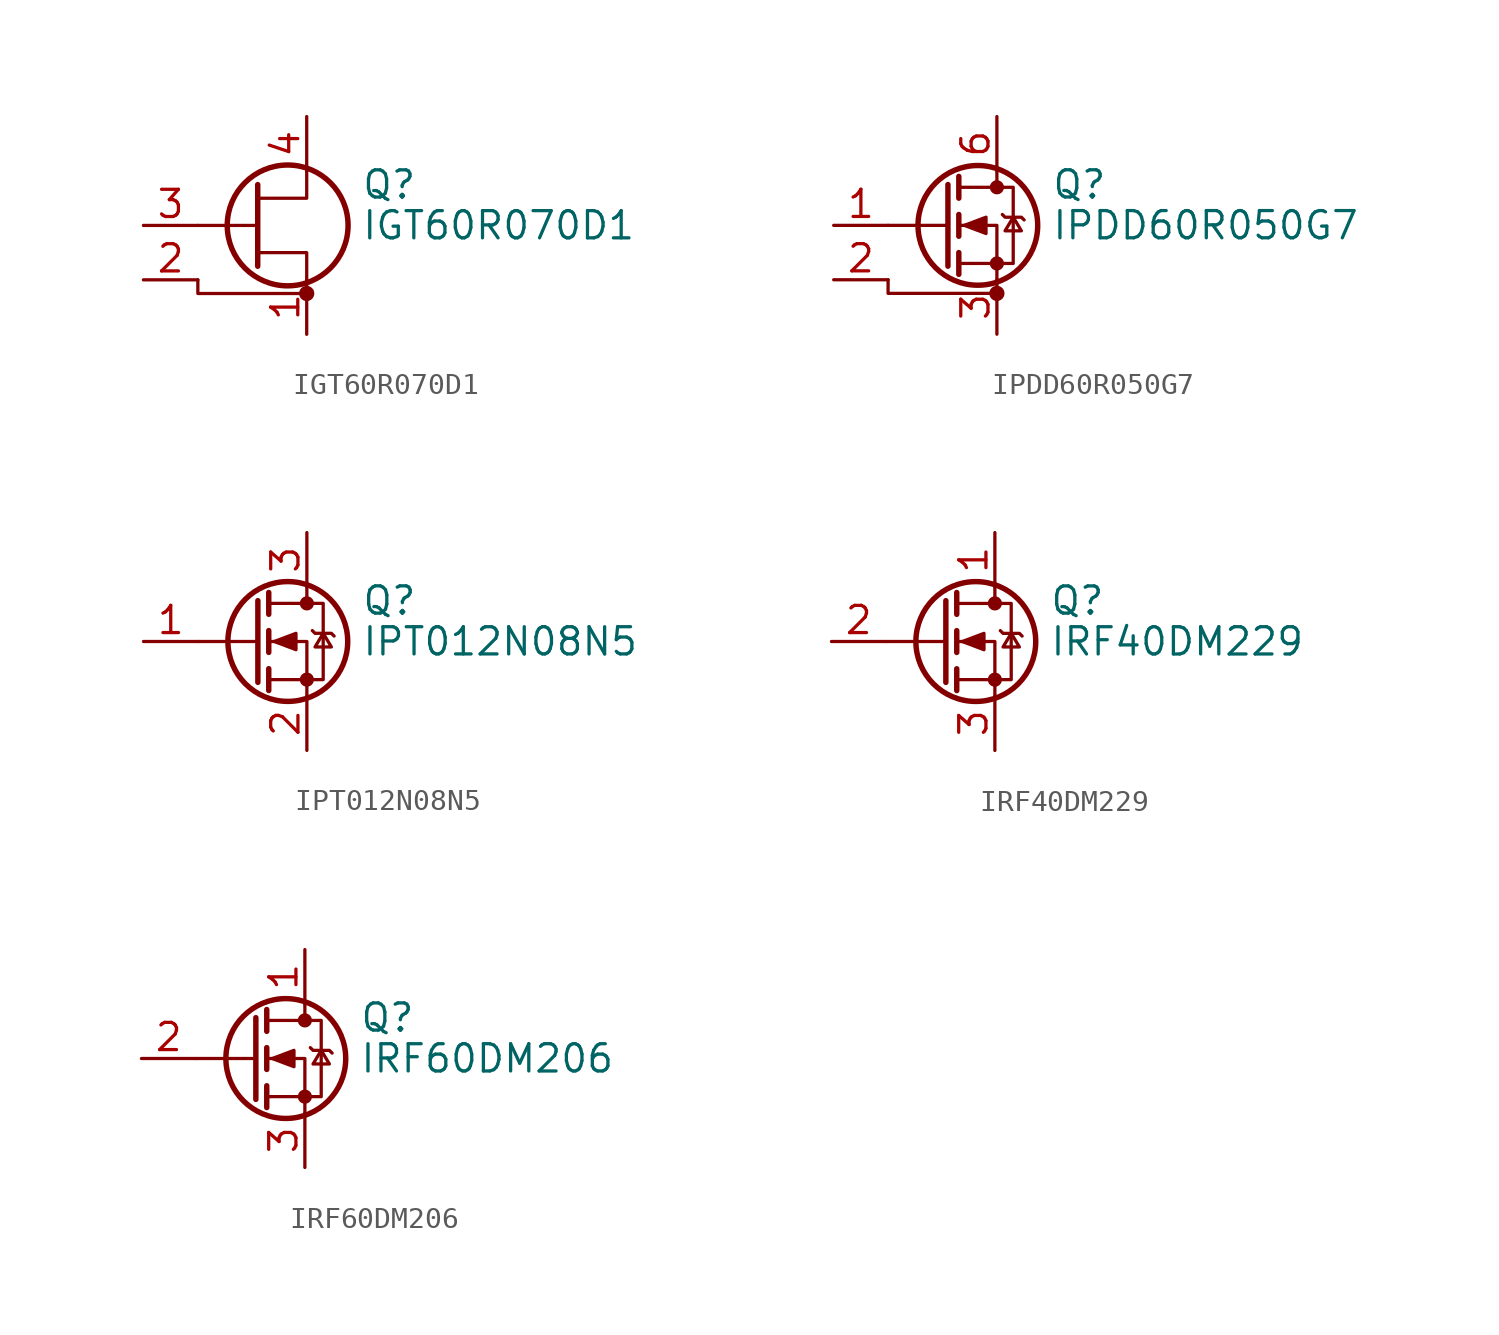
<source format=kicad_sym>
(kicad_symbol_lib
  (version 20211014)
  (generator kicad_symbol_editor)
  (symbol "IGT60R070D1"
    (pin_names
      (offset 0) hide)
    (property "Reference" "Q"
      (at 5.08 1.905 0)
      (effects (font (size 1.27 1.27)) (justify left)))
    (property "Value" "IGT60R070D1"
      (at 5.08 0 0)
      (effects (font (size 1.27 1.27)) (justify left)))
    (symbol "IGT60R070D1_0_1"
      (polyline (pts (xy -2.54 0) (xy 0.254 0)) (stroke (width 0) (type default) (color 0 0 0 0)) (fill (type none)))
      (polyline (pts (xy -2.54 -2.54) (xy -2.54 -3.175) (xy 2.54 -3.175)) (stroke (width 0) (type default) (color 0 0 0 0)) (fill (type none)))
      (polyline (pts (xy 0.254 -1.27) (xy 2.54 -1.27) (xy 2.54 -2.54)) (stroke (width 0) (type default) (color 0 0 0 0)) (fill (type none)))
      (polyline (pts (xy 0.254 1.905) (xy 0.254 -1.905) (xy 0.254 -1.905)) (stroke (width 0.254) (type default) (color 0 0 0 0)) (fill (type none)))
      (polyline (pts (xy 2.54 2.54) (xy 2.54 1.27) (xy 0.254 1.27)) (stroke (width 0) (type default) (color 0 0 0 0)) (fill (type none)))
      (circle (center 1.651 0) (radius 2.819) (stroke (width 0.254) (type default) (color 0 0 0 0)) (fill (type none)))
      (circle (center 2.54 -3.175) (radius 0.279) (stroke (width 0) (type default) (color 0 0 0 0)) (fill (type outline))))
    (symbol "IGT60R070D1_1_1"
      (pin passive line (at 2.54 -5.08 90) (length 2.54) (name "S" (effects (font (size 1.27 1.27)))) (number "1" (effects (font (size 1.27 1.27)))))
      (pin passive line (at -5.08 -2.54 0) (length 2.54) (name "SS" (effects (font (size 1.27 1.27)))) (number "2" (effects (font (size 1.27 1.27)))))
      (pin input line (at -5.08 0 0) (length 2.54) (name "G" (effects (font (size 1.27 1.27)))) (number "3" (effects (font (size 1.27 1.27)))))
      (pin passive line (at 2.54 5.08 270) (length 2.54) (name "D" (effects (font (size 1.27 1.27)))) (number "4" (effects (font (size 1.27 1.27)))))))
  (symbol "IPDD60R050G7"
    (pin_names hide)
    (property "Reference" "Q"
      (at 5.08 1.905 0)
      (effects (font (size 1.27 1.27)) (justify left)))
    (property "Value" "IPDD60R050G7"
      (at 5.08 0 0)
      (effects (font (size 1.27 1.27)) (justify left)))
    (symbol "IPDD60R050G7_0_1"
      (polyline (pts (xy 0.254 0) (xy -2.54 0)) (stroke (width 0) (type default) (color 0 0 0 0)) (fill (type none)))
      (polyline (pts (xy 0.254 1.905) (xy 0.254 -1.905)) (stroke (width 0.254) (type default) (color 0 0 0 0)) (fill (type none)))
      (polyline (pts (xy 0.762 -1.27) (xy 0.762 -2.286)) (stroke (width 0.254) (type default) (color 0 0 0 0)) (fill (type none)))
      (polyline (pts (xy 0.762 0.508) (xy 0.762 -0.508)) (stroke (width 0.254) (type default) (color 0 0 0 0)) (fill (type none)))
      (polyline (pts (xy 0.762 2.286) (xy 0.762 1.27)) (stroke (width 0.254) (type default) (color 0 0 0 0)) (fill (type none)))
      (polyline (pts (xy 2.54 2.54) (xy 2.54 1.778)) (stroke (width 0) (type default) (color 0 0 0 0)) (fill (type none)))
      (polyline (pts (xy -2.54 -2.54) (xy -2.54 -3.175) (xy 2.54 -3.175)) (stroke (width 0) (type default) (color 0 0 0 0)) (fill (type none)))
      (polyline (pts (xy 2.54 -2.54) (xy 2.54 0) (xy 0.762 0)) (stroke (width 0) (type default) (color 0 0 0 0)) (fill (type none)))
      (polyline (pts (xy 0.762 -1.778) (xy 3.302 -1.778) (xy 3.302 1.778) (xy 0.762 1.778)) (stroke (width 0) (type default) (color 0 0 0 0)) (fill (type none)))
      (polyline (pts (xy 1.016 0) (xy 2.032 0.381) (xy 2.032 -0.381) (xy 1.016 0)) (stroke (width 0) (type default) (color 0 0 0 0)) (fill (type outline)))
      (polyline (pts (xy 2.794 0.508) (xy 2.921 0.381) (xy 3.683 0.381) (xy 3.81 0.254)) (stroke (width 0) (type default) (color 0 0 0 0)) (fill (type none)))
      (polyline (pts (xy 3.302 0.381) (xy 2.921 -0.254) (xy 3.683 -0.254) (xy 3.302 0.381)) (stroke (width 0) (type default) (color 0 0 0 0)) (fill (type none)))
      (circle (center 1.651 0) (radius 2.794) (stroke (width 0.254) (type default) (color 0 0 0 0)) (fill (type none)))
      (circle (center 2.54 -3.175) (radius 0.279) (stroke (width 0) (type default) (color 0 0 0 0)) (fill (type outline)))
      (circle (center 2.54 -1.778) (radius 0.254) (stroke (width 0) (type default) (color 0 0 0 0)) (fill (type outline)))
      (circle (center 2.54 1.778) (radius 0.254) (stroke (width 0) (type default) (color 0 0 0 0)) (fill (type outline))))
    (symbol "IPDD60R050G7_1_1"
      (pin input line (at -5.08 0 0) (length 2.54) (name "G" (effects (font (size 1.27 1.27)))) (number "1" (effects (font (size 1.27 1.27)))))
      (pin passive line (at 2.54 5.08 270) (length 2.54) hide (name "D" (effects (font (size 1.27 1.27)))) (number "10" (effects (font (size 1.27 1.27)))))
      (pin passive line (at -5.08 -2.54 0) (length 2.54) (name "DS" (effects (font (size 1.27 1.27)))) (number "2" (effects (font (size 1.27 1.27)))))
      (pin passive line (at 2.54 -5.08 90) (length 2.54) (name "PS" (effects (font (size 1.27 1.27)))) (number "3" (effects (font (size 1.27 1.27)))))
      (pin passive line (at 2.54 -5.08 90) (length 2.54) hide (name "PS" (effects (font (size 1.27 1.27)))) (number "4" (effects (font (size 1.27 1.27)))))
      (pin passive line (at 2.54 -5.08 90) (length 2.54) hide (name "PS" (effects (font (size 1.27 1.27)))) (number "5" (effects (font (size 1.27 1.27)))))
      (pin passive line (at 2.54 5.08 270) (length 2.54) (name "D" (effects (font (size 1.27 1.27)))) (number "6" (effects (font (size 1.27 1.27)))))
      (pin passive line (at 2.54 5.08 270) (length 2.54) hide (name "D" (effects (font (size 1.27 1.27)))) (number "7" (effects (font (size 1.27 1.27)))))
      (pin passive line (at 2.54 5.08 270) (length 2.54) hide (name "D" (effects (font (size 1.27 1.27)))) (number "8" (effects (font (size 1.27 1.27)))))
      (pin passive line (at 2.54 5.08 270) (length 2.54) hide (name "D" (effects (font (size 1.27 1.27)))) (number "9" (effects (font (size 1.27 1.27)))))))
  (symbol "IPT012N08N5"
    (pin_names hide)
    (property "Reference" "Q"
      (at 5.08 1.905 0)
      (effects (font (size 1.27 1.27)) (justify left)))
    (property "Value" "IPT012N08N5"
      (at 5.08 0 0)
      (effects (font (size 1.27 1.27)) (justify left)))
    (symbol "IPT012N08N5_0_1"
      (polyline (pts (xy 0.254 0) (xy -2.54 0)) (stroke (width 0) (type default) (color 0 0 0 0)) (fill (type none)))
      (polyline (pts (xy 0.254 1.905) (xy 0.254 -1.905)) (stroke (width 0.254) (type default) (color 0 0 0 0)) (fill (type none)))
      (polyline (pts (xy 0.762 -1.27) (xy 0.762 -2.286)) (stroke (width 0.254) (type default) (color 0 0 0 0)) (fill (type none)))
      (polyline (pts (xy 0.762 0.508) (xy 0.762 -0.508)) (stroke (width 0.254) (type default) (color 0 0 0 0)) (fill (type none)))
      (polyline (pts (xy 0.762 2.286) (xy 0.762 1.27)) (stroke (width 0.254) (type default) (color 0 0 0 0)) (fill (type none)))
      (polyline (pts (xy 2.54 2.54) (xy 2.54 1.778)) (stroke (width 0) (type default) (color 0 0 0 0)) (fill (type none)))
      (polyline (pts (xy 2.54 -2.54) (xy 2.54 0) (xy 0.762 0)) (stroke (width 0) (type default) (color 0 0 0 0)) (fill (type none)))
      (polyline (pts (xy 0.762 -1.778) (xy 3.302 -1.778) (xy 3.302 1.778) (xy 0.762 1.778)) (stroke (width 0) (type default) (color 0 0 0 0)) (fill (type none)))
      (polyline (pts (xy 1.016 0) (xy 2.032 0.381) (xy 2.032 -0.381) (xy 1.016 0)) (stroke (width 0) (type default) (color 0 0 0 0)) (fill (type outline)))
      (polyline (pts (xy 2.794 0.508) (xy 2.921 0.381) (xy 3.683 0.381) (xy 3.81 0.254)) (stroke (width 0) (type default) (color 0 0 0 0)) (fill (type none)))
      (polyline (pts (xy 3.302 0.381) (xy 2.921 -0.254) (xy 3.683 -0.254) (xy 3.302 0.381)) (stroke (width 0) (type default) (color 0 0 0 0)) (fill (type none)))
      (circle (center 1.651 0) (radius 2.794) (stroke (width 0.254) (type default) (color 0 0 0 0)) (fill (type none)))
      (circle (center 2.54 -1.778) (radius 0.254) (stroke (width 0) (type default) (color 0 0 0 0)) (fill (type outline)))
      (circle (center 2.54 1.778) (radius 0.254) (stroke (width 0) (type default) (color 0 0 0 0)) (fill (type outline))))
    (symbol "IPT012N08N5_1_1"
      (pin input line (at -5.08 0 0) (length 2.54) (name "G" (effects (font (size 1.27 1.27)))) (number "1" (effects (font (size 1.27 1.27)))))
      (pin passive line (at 2.54 -5.08 90) (length 2.54) (name "S" (effects (font (size 1.27 1.27)))) (number "2" (effects (font (size 1.27 1.27)))))
      (pin passive line (at 2.54 5.08 270) (length 2.54) (name "D" (effects (font (size 1.27 1.27)))) (number "3" (effects (font (size 1.27 1.27)))))))
  (symbol "IRF40DM229"
    (pin_names hide)
    (property "Reference" "Q"
      (at 5.08 1.905 0)
      (effects (font (size 1.27 1.27)) (justify left)))
    (property "Value" "IRF40DM229"
      (at 5.08 0 0)
      (effects (font (size 1.27 1.27)) (justify left)))
    (symbol "IRF40DM229_0_1"
      (polyline (pts (xy 0.254 0) (xy -2.54 0)) (stroke (width 0) (type default) (color 0 0 0 0)) (fill (type none)))
      (polyline (pts (xy 0.254 1.905) (xy 0.254 -1.905)) (stroke (width 0.254) (type default) (color 0 0 0 0)) (fill (type none)))
      (polyline (pts (xy 0.762 -1.27) (xy 0.762 -2.286)) (stroke (width 0.254) (type default) (color 0 0 0 0)) (fill (type none)))
      (polyline (pts (xy 0.762 0.508) (xy 0.762 -0.508)) (stroke (width 0.254) (type default) (color 0 0 0 0)) (fill (type none)))
      (polyline (pts (xy 0.762 2.286) (xy 0.762 1.27)) (stroke (width 0.254) (type default) (color 0 0 0 0)) (fill (type none)))
      (polyline (pts (xy 2.54 2.54) (xy 2.54 1.778)) (stroke (width 0) (type default) (color 0 0 0 0)) (fill (type none)))
      (polyline (pts (xy 2.54 -2.54) (xy 2.54 0) (xy 0.762 0)) (stroke (width 0) (type default) (color 0 0 0 0)) (fill (type none)))
      (polyline (pts (xy 0.762 -1.778) (xy 3.302 -1.778) (xy 3.302 1.778) (xy 0.762 1.778)) (stroke (width 0) (type default) (color 0 0 0 0)) (fill (type none)))
      (polyline (pts (xy 1.016 0) (xy 2.032 0.381) (xy 2.032 -0.381) (xy 1.016 0)) (stroke (width 0) (type default) (color 0 0 0 0)) (fill (type outline)))
      (polyline (pts (xy 2.794 0.508) (xy 2.921 0.381) (xy 3.683 0.381) (xy 3.81 0.254)) (stroke (width 0) (type default) (color 0 0 0 0)) (fill (type none)))
      (polyline (pts (xy 3.302 0.381) (xy 2.921 -0.254) (xy 3.683 -0.254) (xy 3.302 0.381)) (stroke (width 0) (type default) (color 0 0 0 0)) (fill (type none)))
      (circle (center 1.651 0) (radius 2.794) (stroke (width 0.254) (type default) (color 0 0 0 0)) (fill (type none)))
      (circle (center 2.54 -1.778) (radius 0.254) (stroke (width 0) (type default) (color 0 0 0 0)) (fill (type outline)))
      (circle (center 2.54 1.778) (radius 0.254) (stroke (width 0) (type default) (color 0 0 0 0)) (fill (type outline))))
    (symbol "IRF40DM229_1_1"
      (pin passive line (at 2.54 5.08 270) (length 2.54) (name "D" (effects (font (size 1.27 1.27)))) (number "1" (effects (font (size 1.27 1.27)))))
      (pin input line (at -5.08 0 0) (length 2.54) (name "G" (effects (font (size 1.27 1.27)))) (number "2" (effects (font (size 1.27 1.27)))))
      (pin passive line (at 2.54 -5.08 90) (length 2.54) (name "S" (effects (font (size 1.27 1.27)))) (number "3" (effects (font (size 1.27 1.27)))))))
  (symbol "IRF60DM206"
    (pin_names hide)
    (property "Reference" "Q"
      (at 5.08 1.905 0)
      (effects (font (size 1.27 1.27)) (justify left)))
    (property "Value" "IRF60DM206"
      (at 5.08 0 0)
      (effects (font (size 1.27 1.27)) (justify left)))
    (symbol "IRF60DM206_0_1"
      (polyline (pts (xy 0.254 0) (xy -2.54 0)) (stroke (width 0) (type default) (color 0 0 0 0)) (fill (type none)))
      (polyline (pts (xy 0.254 1.905) (xy 0.254 -1.905)) (stroke (width 0.254) (type default) (color 0 0 0 0)) (fill (type none)))
      (polyline (pts (xy 0.762 -1.27) (xy 0.762 -2.286)) (stroke (width 0.254) (type default) (color 0 0 0 0)) (fill (type none)))
      (polyline (pts (xy 0.762 0.508) (xy 0.762 -0.508)) (stroke (width 0.254) (type default) (color 0 0 0 0)) (fill (type none)))
      (polyline (pts (xy 0.762 2.286) (xy 0.762 1.27)) (stroke (width 0.254) (type default) (color 0 0 0 0)) (fill (type none)))
      (polyline (pts (xy 2.54 2.54) (xy 2.54 1.778)) (stroke (width 0) (type default) (color 0 0 0 0)) (fill (type none)))
      (polyline (pts (xy 2.54 -2.54) (xy 2.54 0) (xy 0.762 0)) (stroke (width 0) (type default) (color 0 0 0 0)) (fill (type none)))
      (polyline (pts (xy 0.762 -1.778) (xy 3.302 -1.778) (xy 3.302 1.778) (xy 0.762 1.778)) (stroke (width 0) (type default) (color 0 0 0 0)) (fill (type none)))
      (polyline (pts (xy 1.016 0) (xy 2.032 0.381) (xy 2.032 -0.381) (xy 1.016 0)) (stroke (width 0) (type default) (color 0 0 0 0)) (fill (type outline)))
      (polyline (pts (xy 2.794 0.508) (xy 2.921 0.381) (xy 3.683 0.381) (xy 3.81 0.254)) (stroke (width 0) (type default) (color 0 0 0 0)) (fill (type none)))
      (polyline (pts (xy 3.302 0.381) (xy 2.921 -0.254) (xy 3.683 -0.254) (xy 3.302 0.381)) (stroke (width 0) (type default) (color 0 0 0 0)) (fill (type none)))
      (circle (center 1.651 0) (radius 2.794) (stroke (width 0.254) (type default) (color 0 0 0 0)) (fill (type none)))
      (circle (center 2.54 -1.778) (radius 0.254) (stroke (width 0) (type default) (color 0 0 0 0)) (fill (type outline)))
      (circle (center 2.54 1.778) (radius 0.254) (stroke (width 0) (type default) (color 0 0 0 0)) (fill (type outline))))
    (symbol "IRF60DM206_1_1"
      (pin passive line (at 2.54 5.08 270) (length 2.54) (name "D" (effects (font (size 1.27 1.27)))) (number "1" (effects (font (size 1.27 1.27)))))
      (pin input line (at -5.08 0 0) (length 2.54) (name "G" (effects (font (size 1.27 1.27)))) (number "2" (effects (font (size 1.27 1.27)))))
      (pin passive line (at 2.54 -5.08 90) (length 2.54) (name "S" (effects (font (size 1.27 1.27)))) (number "3" (effects (font (size 1.27 1.27))))))))
</source>
